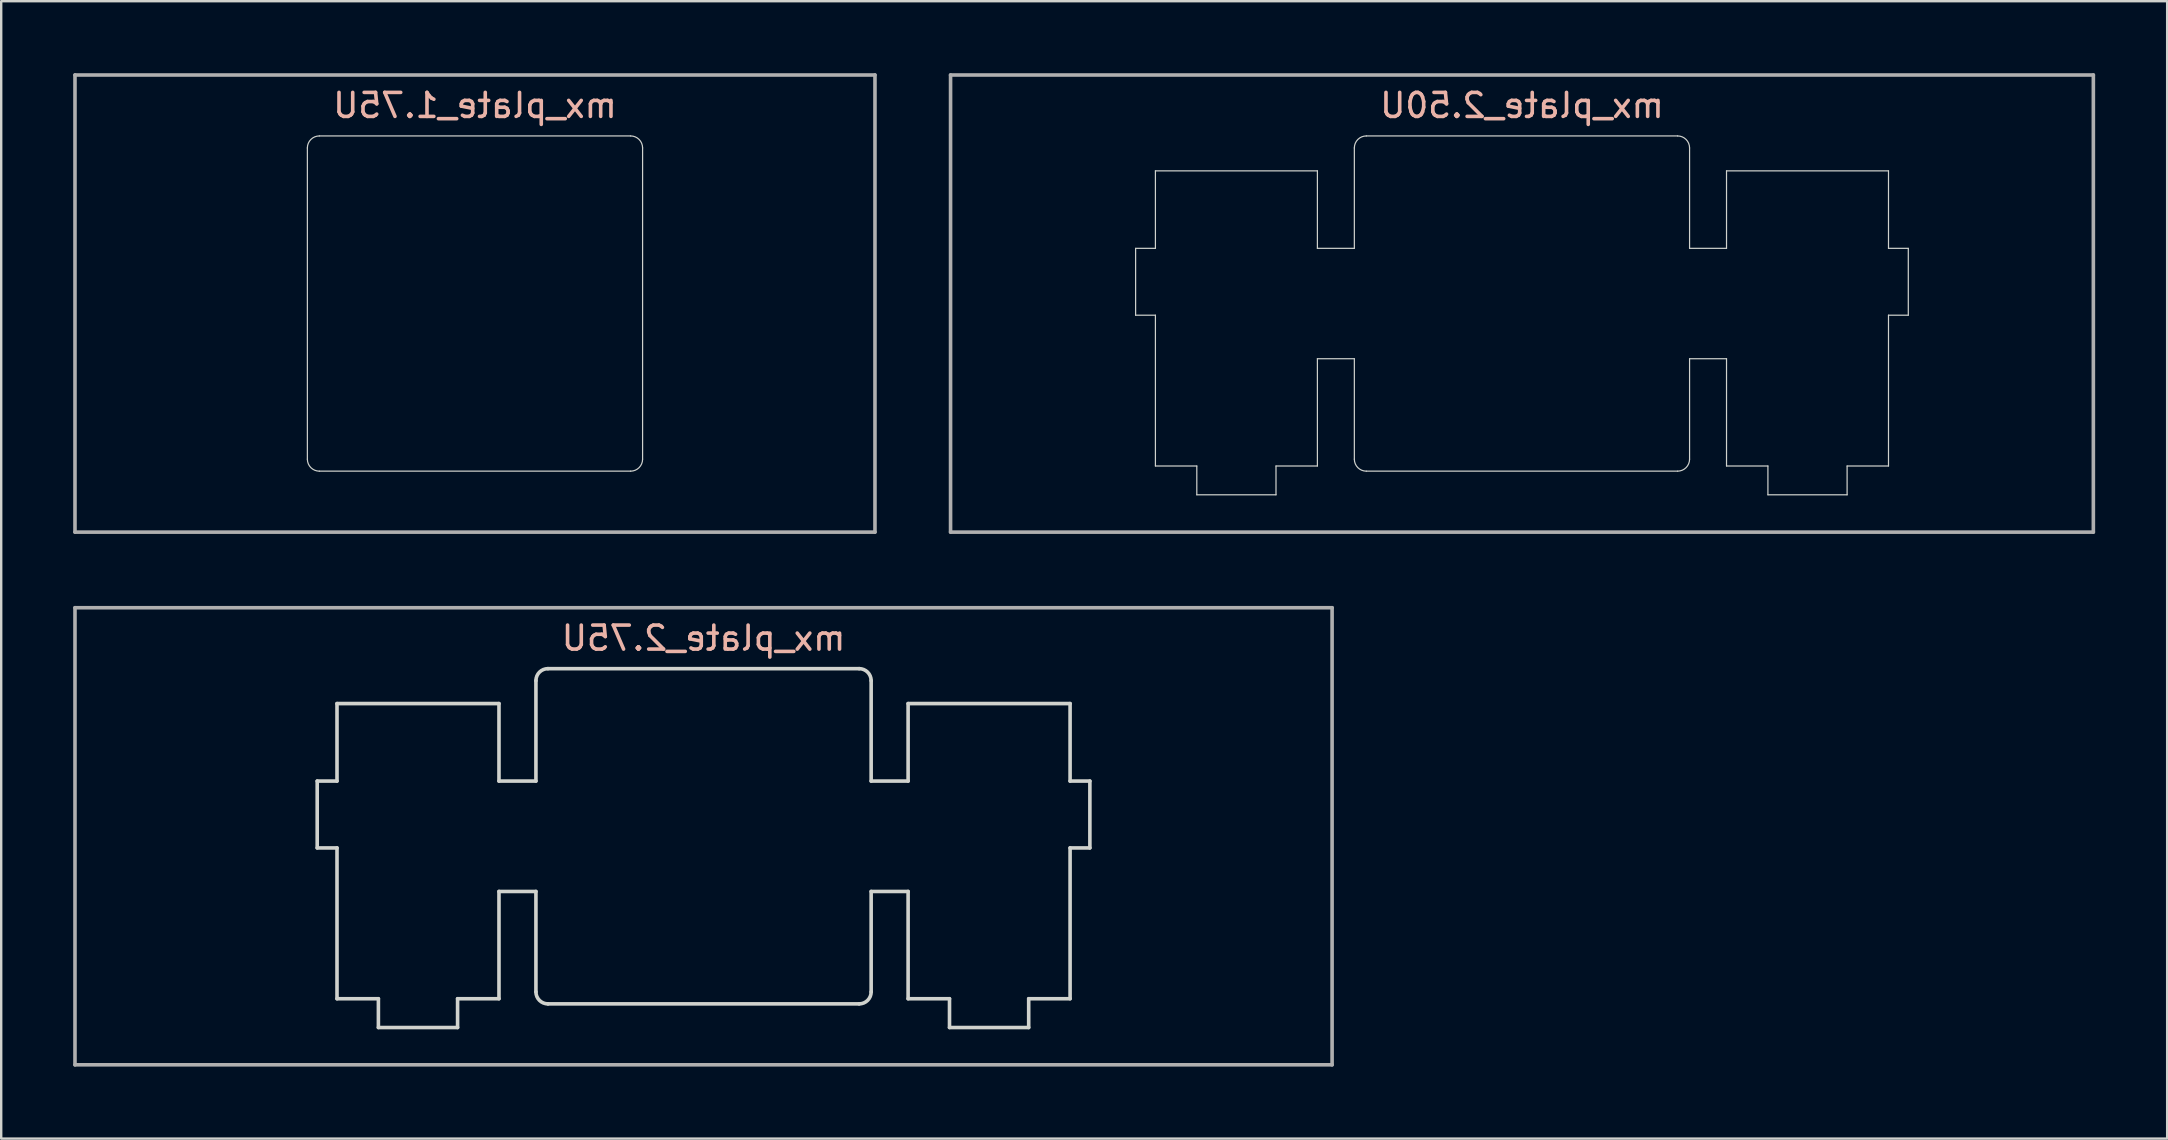
<source format=kicad_pcb>
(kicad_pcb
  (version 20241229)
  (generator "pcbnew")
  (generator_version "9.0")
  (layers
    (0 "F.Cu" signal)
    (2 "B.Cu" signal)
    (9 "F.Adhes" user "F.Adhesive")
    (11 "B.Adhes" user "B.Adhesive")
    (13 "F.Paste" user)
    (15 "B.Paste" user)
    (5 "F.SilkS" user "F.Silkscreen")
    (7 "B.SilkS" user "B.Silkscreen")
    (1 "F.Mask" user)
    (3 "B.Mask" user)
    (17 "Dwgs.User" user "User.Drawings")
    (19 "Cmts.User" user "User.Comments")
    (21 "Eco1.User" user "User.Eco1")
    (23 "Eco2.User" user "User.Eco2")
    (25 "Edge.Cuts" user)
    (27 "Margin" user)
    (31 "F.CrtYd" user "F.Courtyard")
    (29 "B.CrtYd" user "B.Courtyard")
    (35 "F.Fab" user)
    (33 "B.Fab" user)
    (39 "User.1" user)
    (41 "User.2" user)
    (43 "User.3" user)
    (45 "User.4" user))
  (footprint "mx_plate_1.75U"
    (layer "F.Cu")
    (at 16.744 9.6)
    (property "Reference" "mx_plate_1.75U" (at 0 -8.255 0) (layer "B.SilkS") (effects (font (size 1 1) (thickness 0.15)) (justify mirror)))
    (attr smd)
    (fp_line (start -6.985 6.485) (end -6.985 -6.485) (stroke (width 0.05) (type solid)) (layer "Edge.Cuts"))
    (fp_line (start -6.485 -6.985) (end 6.485 -6.985) (stroke (width 0.05) (type solid)) (layer "Edge.Cuts"))
    (fp_line (start 6.485 6.985) (end -6.485 6.985) (stroke (width 0.05) (type solid)) (layer "Edge.Cuts"))
    (fp_line (start 6.985 -6.485) (end 6.985 6.485) (stroke (width 0.05) (type solid)) (layer "Edge.Cuts"))
    (fp_arc (start -6.985 -6.485) (mid -6.838553 -6.838553) (end -6.485 -6.985) (stroke (width 0.05) (type solid)) (layer "Edge.Cuts"))
    (fp_arc (start -6.485 6.985) (mid -6.838553 6.838553) (end -6.985 6.485) (stroke (width 0.05) (type solid)) (layer "Edge.Cuts"))
    (fp_arc (start 6.485 -6.985) (mid 6.838553 -6.838553) (end 6.985 -6.485) (stroke (width 0.05) (type solid)) (layer "Edge.Cuts"))
    (fp_arc (start 6.985 6.485) (mid 6.838553 6.838553) (end 6.485 6.985) (stroke (width 0.05) (type solid)) (layer "Edge.Cuts"))
    (fp_line (start -16.669 -9.525) (end 16.669 -9.525) (stroke (width 0.15) (type solid)) (layer "F.Fab"))
    (fp_line (start -16.669 9.525) (end -16.669 -9.525) (stroke (width 0.15) (type solid)) (layer "F.Fab"))
    (fp_line (start 16.669 -9.525) (end 16.669 9.525) (stroke (width 0.15) (type solid)) (layer "F.Fab"))
    (fp_line (start 16.669 9.525) (end -16.669 9.525) (stroke (width 0.15) (type solid)) (layer "F.Fab")))
  (footprint "mx_plate_2.50U"
    (layer "F.Cu")
    (at 60.375 9.6)
    (property "Reference" "mx_plate_2.50U" (at 0 -8.255 0) (layer "B.SilkS") (effects (font (size 1 1) (thickness 0.15)) (justify mirror)))
    (attr smd)
    (fp_line (start -16.1 -2.3) (end -16.1 0.485) (stroke (width 0.05) (type solid)) (layer "Edge.Cuts"))
    (fp_line (start -16.1 -2.3) (end -15.275 -2.3) (stroke (width 0.05) (type solid)) (layer "Edge.Cuts"))
    (fp_line (start -16.1 0.485) (end -15.275 0.485) (stroke (width 0.05) (type solid)) (layer "Edge.Cuts"))
    (fp_line (start -15.275 -5.53) (end -15.275 -2.3) (stroke (width 0.05) (type solid)) (layer "Edge.Cuts"))
    (fp_line (start -15.275 -5.53) (end -8.525 -5.53) (stroke (width 0.05) (type solid)) (layer "Edge.Cuts"))
    (fp_line (start -15.275 0.485) (end -15.275 6.77) (stroke (width 0.05) (type solid)) (layer "Edge.Cuts"))
    (fp_line (start -15.275 6.77) (end -13.55 6.77) (stroke (width 0.05) (type solid)) (layer "Edge.Cuts"))
    (fp_line (start -13.55 6.77) (end -13.55 7.97) (stroke (width 0.05) (type solid)) (layer "Edge.Cuts"))
    (fp_line (start -13.55 7.97) (end -10.25 7.97) (stroke (width 0.05) (type solid)) (layer "Edge.Cuts"))
    (fp_line (start -10.25 6.77) (end -10.25 7.97) (stroke (width 0.05) (type solid)) (layer "Edge.Cuts"))
    (fp_line (start -10.25 6.77) (end -8.525 6.77) (stroke (width 0.05) (type solid)) (layer "Edge.Cuts"))
    (fp_line (start -8.525 -5.53) (end -8.525 -2.3) (stroke (width 0.05) (type solid)) (layer "Edge.Cuts"))
    (fp_line (start -8.525 -2.3) (end -6.985 -2.3) (stroke (width 0.05) (type solid)) (layer "Edge.Cuts"))
    (fp_line (start -8.525 2.3) (end -8.525 6.77) (stroke (width 0.05) (type solid)) (layer "Edge.Cuts"))
    (fp_line (start -8.525 2.3) (end -6.985 2.3) (stroke (width 0.05) (type solid)) (layer "Edge.Cuts"))
    (fp_line (start -6.985 -6.485) (end -6.985 -2.3) (stroke (width 0.05) (type solid)) (layer "Edge.Cuts"))
    (fp_line (start -6.985 2.3) (end -6.985 6.485) (stroke (width 0.05) (type solid)) (layer "Edge.Cuts"))
    (fp_line (start -6.485 6.985) (end 6.485 6.985) (stroke (width 0.05) (type solid)) (layer "Edge.Cuts"))
    (fp_line (start 6.485 -6.985) (end -6.485 -6.985) (stroke (width 0.05) (type solid)) (layer "Edge.Cuts"))
    (fp_line (start 6.985 -6.485) (end 6.985 -2.3) (stroke (width 0.05) (type solid)) (layer "Edge.Cuts"))
    (fp_line (start 6.985 -2.3) (end 8.525 -2.3) (stroke (width 0.05) (type solid)) (layer "Edge.Cuts"))
    (fp_line (start 6.985 2.3) (end 6.985 6.485) (stroke (width 0.05) (type solid)) (layer "Edge.Cuts"))
    (fp_line (start 6.985 2.3) (end 8.525 2.3) (stroke (width 0.05) (type solid)) (layer "Edge.Cuts"))
    (fp_line (start 8.525 -5.53) (end 8.525 -2.3) (stroke (width 0.05) (type solid)) (layer "Edge.Cuts"))
    (fp_line (start 8.525 -5.53) (end 15.275 -5.53) (stroke (width 0.05) (type solid)) (layer "Edge.Cuts"))
    (fp_line (start 8.525 2.3) (end 8.525 6.77) (stroke (width 0.05) (type solid)) (layer "Edge.Cuts"))
    (fp_line (start 8.525 6.77) (end 10.25 6.77) (stroke (width 0.05) (type solid)) (layer "Edge.Cuts"))
    (fp_line (start 10.25 6.77) (end 10.25 7.97) (stroke (width 0.05) (type solid)) (layer "Edge.Cuts"))
    (fp_line (start 10.25 7.97) (end 13.55 7.97) (stroke (width 0.05) (type solid)) (layer "Edge.Cuts"))
    (fp_line (start 13.55 6.77) (end 13.55 7.97) (stroke (width 0.05) (type solid)) (layer "Edge.Cuts"))
    (fp_line (start 13.55 6.77) (end 15.275 6.77) (stroke (width 0.05) (type solid)) (layer "Edge.Cuts"))
    (fp_line (start 15.275 -5.53) (end 15.275 -2.3) (stroke (width 0.05) (type solid)) (layer "Edge.Cuts"))
    (fp_line (start 15.275 0.485) (end 15.275 6.77) (stroke (width 0.05) (type solid)) (layer "Edge.Cuts"))
    (fp_line (start 16.1 -2.3) (end 15.275 -2.3) (stroke (width 0.05) (type solid)) (layer "Edge.Cuts"))
    (fp_line (start 16.1 0.485) (end 15.275 0.485) (stroke (width 0.05) (type solid)) (layer "Edge.Cuts"))
    (fp_line (start 16.1 0.485) (end 16.1 -2.3) (stroke (width 0.05) (type solid)) (layer "Edge.Cuts"))
    (fp_arc (start -6.985 -6.485) (mid -6.838553 -6.838553) (end -6.485 -6.985) (stroke (width 0.05) (type solid)) (layer "Edge.Cuts"))
    (fp_arc (start -6.485 6.985) (mid -6.838553 6.838553) (end -6.985 6.485) (stroke (width 0.05) (type solid)) (layer "Edge.Cuts"))
    (fp_arc (start 6.485 -6.985) (mid 6.838553 -6.838553) (end 6.985 -6.485) (stroke (width 0.05) (type solid)) (layer "Edge.Cuts"))
    (fp_arc (start 6.985 6.485) (mid 6.838553 6.838553) (end 6.485 6.985) (stroke (width 0.05) (type solid)) (layer "Edge.Cuts"))
    (fp_line (start -23.812 -9.525) (end 23.812 -9.525) (stroke (width 0.15) (type solid)) (layer "F.Fab"))
    (fp_line (start -23.812 9.525) (end -23.812 -9.525) (stroke (width 0.15) (type solid)) (layer "F.Fab"))
    (fp_line (start 23.812 -9.525) (end 23.812 9.525) (stroke (width 0.15) (type solid)) (layer "F.Fab"))
    (fp_line (start 23.812 9.525) (end -23.812 9.525) (stroke (width 0.15) (type solid)) (layer "F.Fab")))
  (footprint "mx_plate_2.75U"
    (layer "F.Cu")
    (at 26.269 31.8)
    (property "Reference" "mx_plate_2.75U" (at 0 -8.255 0) (layer "B.SilkS") (effects (font (size 1 1) (thickness 0.15)) (justify mirror)))
    (attr smd)
    (fp_line (start -16.1 -2.3) (end -16.1 0.485) (stroke (width 0.15) (type solid)) (layer "Edge.Cuts"))
    (fp_line (start -16.1 -2.3) (end -15.275 -2.3) (stroke (width 0.15) (type solid)) (layer "Edge.Cuts"))
    (fp_line (start -16.1 0.485) (end -15.275 0.485) (stroke (width 0.15) (type solid)) (layer "Edge.Cuts"))
    (fp_line (start -15.275 -5.53) (end -15.275 -2.3) (stroke (width 0.15) (type solid)) (layer "Edge.Cuts"))
    (fp_line (start -15.275 -5.53) (end -8.525 -5.53) (stroke (width 0.15) (type solid)) (layer "Edge.Cuts"))
    (fp_line (start -15.275 0.485) (end -15.275 6.77) (stroke (width 0.15) (type solid)) (layer "Edge.Cuts"))
    (fp_line (start -15.275 6.77) (end -13.55 6.77) (stroke (width 0.15) (type solid)) (layer "Edge.Cuts"))
    (fp_line (start -13.55 6.77) (end -13.55 7.97) (stroke (width 0.15) (type solid)) (layer "Edge.Cuts"))
    (fp_line (start -13.55 7.97) (end -10.25 7.97) (stroke (width 0.15) (type solid)) (layer "Edge.Cuts"))
    (fp_line (start -10.25 6.77) (end -10.25 7.97) (stroke (width 0.15) (type solid)) (layer "Edge.Cuts"))
    (fp_line (start -10.25 6.77) (end -8.525 6.77) (stroke (width 0.15) (type solid)) (layer "Edge.Cuts"))
    (fp_line (start -8.525 -5.53) (end -8.525 -2.3) (stroke (width 0.15) (type solid)) (layer "Edge.Cuts"))
    (fp_line (start -8.525 -2.3) (end -6.985 -2.3) (stroke (width 0.15) (type solid)) (layer "Edge.Cuts"))
    (fp_line (start -8.525 2.3) (end -8.525 6.77) (stroke (width 0.15) (type solid)) (layer "Edge.Cuts"))
    (fp_line (start -8.525 2.3) (end -6.985 2.3) (stroke (width 0.15) (type solid)) (layer "Edge.Cuts"))
    (fp_line (start -6.985 -6.485) (end -6.985 -2.3) (stroke (width 0.15) (type solid)) (layer "Edge.Cuts"))
    (fp_line (start -6.985 2.3) (end -6.985 6.485) (stroke (width 0.15) (type solid)) (layer "Edge.Cuts"))
    (fp_line (start -6.485 6.985) (end 6.485 6.985) (stroke (width 0.15) (type solid)) (layer "Edge.Cuts"))
    (fp_line (start 6.485 -6.985) (end -6.485 -6.985) (stroke (width 0.15) (type solid)) (layer "Edge.Cuts"))
    (fp_line (start 6.985 -6.485) (end 6.985 -2.3) (stroke (width 0.15) (type solid)) (layer "Edge.Cuts"))
    (fp_line (start 6.985 -2.3) (end 8.525 -2.3) (stroke (width 0.15) (type solid)) (layer "Edge.Cuts"))
    (fp_line (start 6.985 2.3) (end 6.985 6.485) (stroke (width 0.15) (type solid)) (layer "Edge.Cuts"))
    (fp_line (start 6.985 2.3) (end 8.525 2.3) (stroke (width 0.15) (type solid)) (layer "Edge.Cuts"))
    (fp_line (start 8.525 -5.53) (end 8.525 -2.3) (stroke (width 0.15) (type solid)) (layer "Edge.Cuts"))
    (fp_line (start 8.525 -5.53) (end 15.275 -5.53) (stroke (width 0.15) (type solid)) (layer "Edge.Cuts"))
    (fp_line (start 8.525 2.3) (end 8.525 6.77) (stroke (width 0.15) (type solid)) (layer "Edge.Cuts"))
    (fp_line (start 8.525 6.77) (end 10.25 6.77) (stroke (width 0.15) (type solid)) (layer "Edge.Cuts"))
    (fp_line (start 10.25 6.77) (end 10.25 7.97) (stroke (width 0.15) (type solid)) (layer "Edge.Cuts"))
    (fp_line (start 10.25 7.97) (end 13.55 7.97) (stroke (width 0.15) (type solid)) (layer "Edge.Cuts"))
    (fp_line (start 13.55 6.77) (end 13.55 7.97) (stroke (width 0.15) (type solid)) (layer "Edge.Cuts"))
    (fp_line (start 13.55 6.77) (end 15.275 6.77) (stroke (width 0.15) (type solid)) (layer "Edge.Cuts"))
    (fp_line (start 15.275 -5.53) (end 15.275 -2.3) (stroke (width 0.15) (type solid)) (layer "Edge.Cuts"))
    (fp_line (start 15.275 0.485) (end 15.275 6.77) (stroke (width 0.15) (type solid)) (layer "Edge.Cuts"))
    (fp_line (start 16.1 -2.3) (end 15.275 -2.3) (stroke (width 0.15) (type solid)) (layer "Edge.Cuts"))
    (fp_line (start 16.1 0.485) (end 15.275 0.485) (stroke (width 0.15) (type solid)) (layer "Edge.Cuts"))
    (fp_line (start 16.1 0.485) (end 16.1 -2.3) (stroke (width 0.15) (type solid)) (layer "Edge.Cuts"))
    (fp_arc (start -6.985 -6.485) (mid -6.838553 -6.838553) (end -6.485 -6.985) (stroke (width 0.15) (type solid)) (layer "Edge.Cuts"))
    (fp_arc (start -6.485 6.985) (mid -6.838553 6.838553) (end -6.985 6.485) (stroke (width 0.15) (type solid)) (layer "Edge.Cuts"))
    (fp_arc (start 6.485 -6.985) (mid 6.838553 -6.838553) (end 6.985 -6.485) (stroke (width 0.15) (type solid)) (layer "Edge.Cuts"))
    (fp_arc (start 6.985 6.485) (mid 6.838553 6.838553) (end 6.485 6.985) (stroke (width 0.15) (type solid)) (layer "Edge.Cuts"))
    (fp_line (start -26.194 -9.525) (end 26.194 -9.525) (stroke (width 0.15) (type solid)) (layer "F.Fab"))
    (fp_line (start -26.194 9.525) (end -26.194 -9.525) (stroke (width 0.15) (type solid)) (layer "F.Fab"))
    (fp_line (start 26.194 -9.525) (end 26.194 9.525) (stroke (width 0.15) (type solid)) (layer "F.Fab"))
    (fp_line (start 26.194 9.525) (end -26.194 9.525) (stroke (width 0.15) (type solid)) (layer "F.Fab")))
  (gr_rect
    (start -3 -3)
    (end 87.263 44.4)
    (stroke (width 0.1) (type default))
    (fill no)
    (layer "Edge.Cuts")))
</source>
